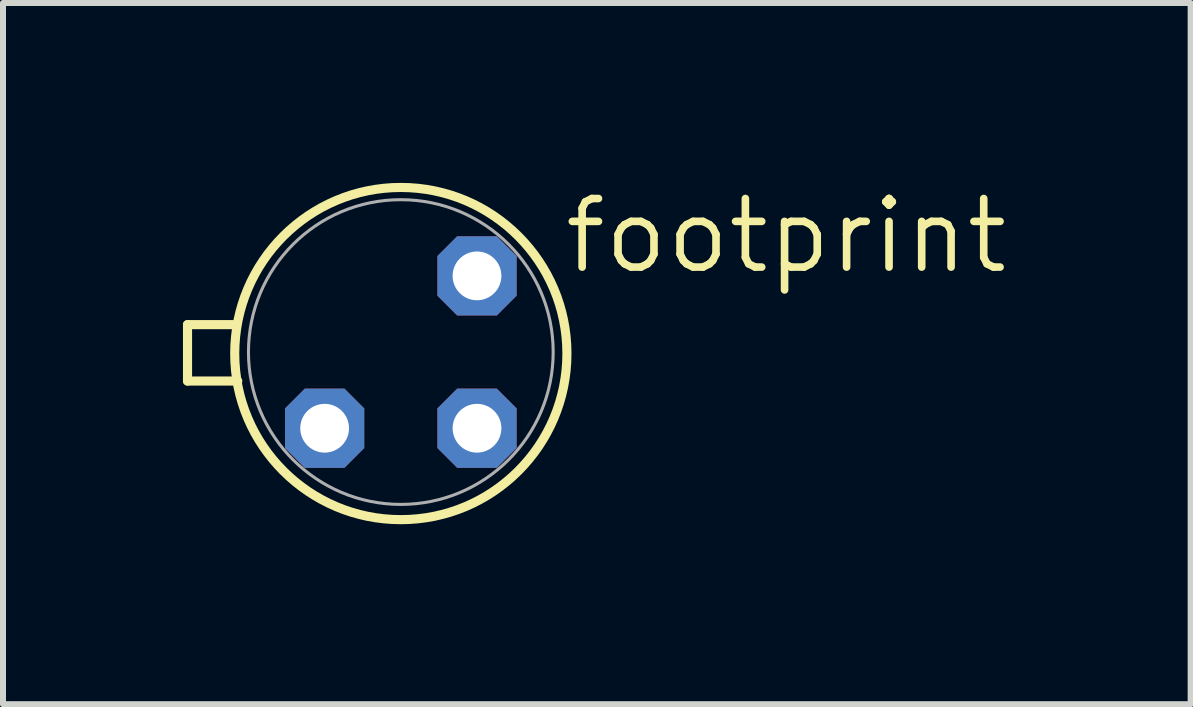
<source format=kicad_pcb>
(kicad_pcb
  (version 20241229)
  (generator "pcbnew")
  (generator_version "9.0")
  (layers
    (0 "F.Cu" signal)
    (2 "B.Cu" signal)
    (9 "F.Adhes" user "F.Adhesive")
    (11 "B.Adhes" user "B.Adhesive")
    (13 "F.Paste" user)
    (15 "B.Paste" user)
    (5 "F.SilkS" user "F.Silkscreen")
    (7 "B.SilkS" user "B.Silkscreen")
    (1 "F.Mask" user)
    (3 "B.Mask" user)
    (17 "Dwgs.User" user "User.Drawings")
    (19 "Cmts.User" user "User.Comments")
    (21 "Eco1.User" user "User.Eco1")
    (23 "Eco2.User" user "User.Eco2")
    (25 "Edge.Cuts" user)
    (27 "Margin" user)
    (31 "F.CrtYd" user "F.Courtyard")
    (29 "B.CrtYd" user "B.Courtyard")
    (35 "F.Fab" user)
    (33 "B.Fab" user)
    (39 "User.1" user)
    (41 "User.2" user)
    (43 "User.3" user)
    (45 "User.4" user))
  (footprint "footprint"
    (layer "F.Cu")
    (at 3.632 2.819)
    (property "Reference" "footprint" (at 2.667 -1.27 0) (layer "F.SilkS") (effects (font (size 1.143 1.143) (thickness 0.127)) (justify left bottom)))
    (fp_line (start -3.556 -0.457) (end -3.556 0.483) (stroke (width 0.152) (type solid)) (layer "F.SilkS"))
    (fp_line (start -3.556 0.483) (end -2.718 0.483) (stroke (width 0.152) (type solid)) (layer "F.SilkS"))
    (fp_line (start -2.743 -0.457) (end -3.556 -0.457) (stroke (width 0.152) (type solid)) (layer "F.SilkS"))
    (fp_circle (center 0 0.025) (end 2.769 0.025) (stroke (width 0.152) (type solid)) (fill no) (layer "F.SilkS"))
    (fp_circle (center 0 0) (end 2.54 0) (stroke (width 0.051) (type solid)) (fill no) (layer "F.Fab"))
    (pad "1" thru_hole roundrect (at -1.27 1.27) (size 1.321 1.321) (drill 0.813) (layers "*.Cu" "*.Mask") (roundrect_rratio 0.25) (chamfer_ratio 0.25) (chamfer top_left top_right bottom_left bottom_right))
    (pad "2" thru_hole roundrect (at 1.27 1.27) (size 1.321 1.321) (drill 0.813) (layers "*.Cu" "*.Mask") (roundrect_rratio 0.25) (chamfer_ratio 0.25) (chamfer top_left top_right bottom_left bottom_right))
    (pad "3" thru_hole roundrect (at 1.27 -1.27) (size 1.321 1.321) (drill 0.813) (layers "*.Cu" "*.Mask") (roundrect_rratio 0.25) (chamfer_ratio 0.25) (chamfer top_left top_right bottom_left bottom_right)))
  (gr_rect
    (start -3 -3)
    (end 16.799 8.69)
    (stroke (width 0.1) (type default))
    (fill no)
    (layer "Edge.Cuts")))
</source>
